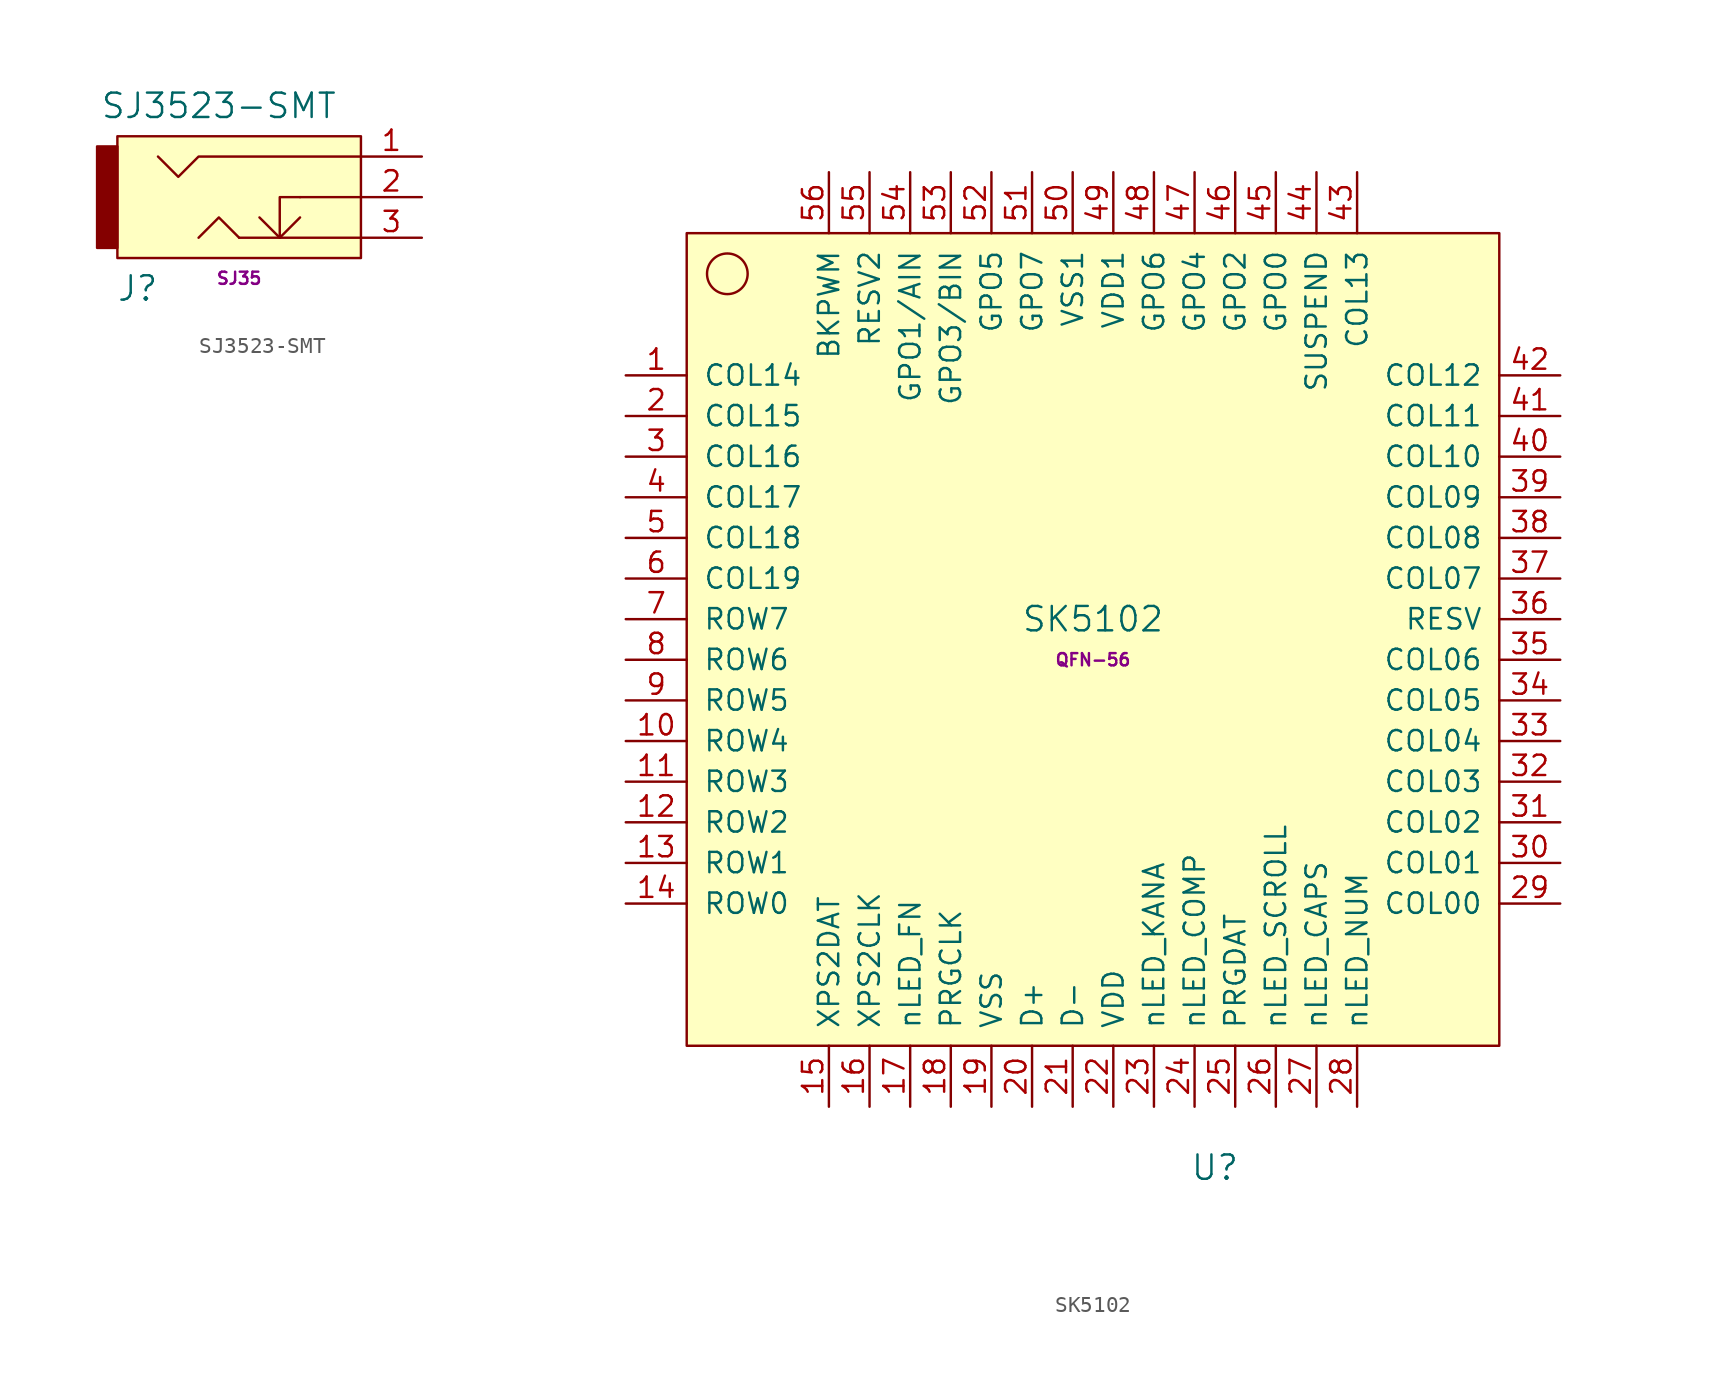
<source format=kicad_sym>
(kicad_symbol_lib
  (version 20220914)
  (generator kicad_symbol_editor)
  (symbol "SJ3523-SMT"
    (pin_names
      (offset 1.016))
    (property "Reference" "J"
      (at -6.35 -5.715 0)
      (effects (font (size 1.524 1.524))))
    (property "Value" "SJ3523-SMT"
      (at -1.27 5.715 0)
      (effects (font (size 1.524 1.524))))
    (property "Footprint" "SJ35"
      (at 0 -5.08 0)
      (effects (font (size 0.762 0.762))))
    (property "Datasheet" ""
      (at 0 0 0)
      (effects (font (size 1.524 1.524))))
    (symbol "SJ3523-SMT_0_1"
      (rectangle (start -8.89 3.175) (end -7.62 -3.175) (stroke (width 0) (type default)) (fill (type outline)))
      (polyline (pts (xy 3.81 0) (xy 7.62 0) (xy 7.62 0)) (stroke (width 0) (type default)) (fill (type none)))
      (polyline (pts (xy 0 -2.54) (xy -1.27 -1.27) (xy -2.54 -2.54) (xy -2.54 -2.54)) (stroke (width 0) (type default)) (fill (type none)))
      (polyline (pts (xy 0 -2.54) (xy 7.62 -2.54) (xy 7.62 -2.54) (xy 7.62 -2.54)) (stroke (width 0) (type default)) (fill (type none)))
      (polyline (pts (xy 1.27 -1.27) (xy 2.54 -2.54) (xy 3.81 -1.27) (xy 3.81 -1.27)) (stroke (width 0) (type default)) (fill (type none)))
      (polyline (pts (xy 3.81 0) (xy 2.54 0) (xy 2.54 -2.54) (xy 2.54 -2.54)) (stroke (width 0) (type default)) (fill (type none)))
      (polyline (pts (xy 7.62 2.54) (xy -2.54 2.54) (xy -3.81 1.27) (xy -5.08 2.54)) (stroke (width 0) (type default)) (fill (type none)))
      (rectangle (start 7.62 3.81) (end -7.62 -3.81) (stroke (width 0) (type default)) (fill (type background))))
    (symbol "SJ3523-SMT_1_1"
      (pin passive line (at 11.43 2.54 180) (length 3.81) (name "~" (effects (font (size 1.27 1.27)))) (number "1" (effects (font (size 1.27 1.27)))))
      (pin passive line (at 11.43 0 180) (length 3.81) (name "~" (effects (font (size 1.27 1.27)))) (number "2" (effects (font (size 1.27 1.27)))))
      (pin passive line (at 11.43 -2.54 180) (length 3.81) (name "~" (effects (font (size 1.27 1.27)))) (number "3" (effects (font (size 1.27 1.27)))))))
  (symbol "SK5102"
    (pin_names
      (offset 1.016))
    (property "Reference" "U"
      (at 7.62 -33.02 0)
      (effects (font (size 1.524 1.524))))
    (property "Value" "SK5102"
      (at 0 1.27 0)
      (effects (font (size 1.524 1.524))))
    (property "Footprint" "QFN-56"
      (at 0 -1.27 0)
      (effects (font (size 0.762 0.762))))
    (property "Datasheet" ""
      (at 0 0 0)
      (effects (font (size 1.524 1.524))))
    (symbol "SK5102_0_1"
      (rectangle (start -25.4 25.4) (end 25.4 -25.4) (stroke (width 0) (type default)) (fill (type background)))
      (circle (center -22.86 22.86) (radius 1.27) (stroke (width 0) (type default)) (fill (type none))))
    (symbol "SK5102_1_1"
      (pin input line (at -29.21 16.51 0) (length 3.81) (name "COL14" (effects (font (size 1.27 1.27)))) (number "1" (effects (font (size 1.27 1.27)))))
      (pin input line (at -29.21 -6.35 0) (length 3.81) (name "ROW4" (effects (font (size 1.27 1.27)))) (number "10" (effects (font (size 1.27 1.27)))))
      (pin input line (at -29.21 -8.89 0) (length 3.81) (name "ROW3" (effects (font (size 1.27 1.27)))) (number "11" (effects (font (size 1.27 1.27)))))
      (pin input line (at -29.21 -11.43 0) (length 3.81) (name "ROW2" (effects (font (size 1.27 1.27)))) (number "12" (effects (font (size 1.27 1.27)))))
      (pin input line (at -29.21 -13.97 0) (length 3.81) (name "ROW1" (effects (font (size 1.27 1.27)))) (number "13" (effects (font (size 1.27 1.27)))))
      (pin input line (at -29.21 -16.51 0) (length 3.81) (name "ROW0" (effects (font (size 1.27 1.27)))) (number "14" (effects (font (size 1.27 1.27)))))
      (pin input line (at -16.51 -29.21 90) (length 3.81) (name "XPS2DAT" (effects (font (size 1.27 1.27)))) (number "15" (effects (font (size 1.27 1.27)))))
      (pin input line (at -13.97 -29.21 90) (length 3.81) (name "XPS2CLK" (effects (font (size 1.27 1.27)))) (number "16" (effects (font (size 1.27 1.27)))))
      (pin input line (at -11.43 -29.21 90) (length 3.81) (name "nLED_FN" (effects (font (size 1.27 1.27)))) (number "17" (effects (font (size 1.27 1.27)))))
      (pin input line (at -8.89 -29.21 90) (length 3.81) (name "PRGCLK" (effects (font (size 1.27 1.27)))) (number "18" (effects (font (size 1.27 1.27)))))
      (pin input line (at -6.35 -29.21 90) (length 3.81) (name "VSS" (effects (font (size 1.27 1.27)))) (number "19" (effects (font (size 1.27 1.27)))))
      (pin input line (at -29.21 13.97 0) (length 3.81) (name "COL15" (effects (font (size 1.27 1.27)))) (number "2" (effects (font (size 1.27 1.27)))))
      (pin input line (at -3.81 -29.21 90) (length 3.81) (name "D+" (effects (font (size 1.27 1.27)))) (number "20" (effects (font (size 1.27 1.27)))))
      (pin input line (at -1.27 -29.21 90) (length 3.81) (name "D-" (effects (font (size 1.27 1.27)))) (number "21" (effects (font (size 1.27 1.27)))))
      (pin input line (at 1.27 -29.21 90) (length 3.81) (name "VDD" (effects (font (size 1.27 1.27)))) (number "22" (effects (font (size 1.27 1.27)))))
      (pin input line (at 3.81 -29.21 90) (length 3.81) (name "nLED_KANA" (effects (font (size 1.27 1.27)))) (number "23" (effects (font (size 1.27 1.27)))))
      (pin input line (at 6.35 -29.21 90) (length 3.81) (name "nLED_COMP" (effects (font (size 1.27 1.27)))) (number "24" (effects (font (size 1.27 1.27)))))
      (pin input line (at 8.89 -29.21 90) (length 3.81) (name "PRGDAT" (effects (font (size 1.27 1.27)))) (number "25" (effects (font (size 1.27 1.27)))))
      (pin input line (at 11.43 -29.21 90) (length 3.81) (name "nLED_SCROLL" (effects (font (size 1.27 1.27)))) (number "26" (effects (font (size 1.27 1.27)))))
      (pin input line (at 13.97 -29.21 90) (length 3.81) (name "nLED_CAPS" (effects (font (size 1.27 1.27)))) (number "27" (effects (font (size 1.27 1.27)))))
      (pin input line (at 16.51 -29.21 90) (length 3.81) (name "nLED_NUM" (effects (font (size 1.27 1.27)))) (number "28" (effects (font (size 1.27 1.27)))))
      (pin input line (at 29.21 -16.51 180) (length 3.81) (name "COL00" (effects (font (size 1.27 1.27)))) (number "29" (effects (font (size 1.27 1.27)))))
      (pin input line (at -29.21 11.43 0) (length 3.81) (name "COL16" (effects (font (size 1.27 1.27)))) (number "3" (effects (font (size 1.27 1.27)))))
      (pin input line (at 29.21 -13.97 180) (length 3.81) (name "COL01" (effects (font (size 1.27 1.27)))) (number "30" (effects (font (size 1.27 1.27)))))
      (pin input line (at 29.21 -11.43 180) (length 3.81) (name "COL02" (effects (font (size 1.27 1.27)))) (number "31" (effects (font (size 1.27 1.27)))))
      (pin input line (at 29.21 -8.89 180) (length 3.81) (name "COL03" (effects (font (size 1.27 1.27)))) (number "32" (effects (font (size 1.27 1.27)))))
      (pin input line (at 29.21 -6.35 180) (length 3.81) (name "COL04" (effects (font (size 1.27 1.27)))) (number "33" (effects (font (size 1.27 1.27)))))
      (pin input line (at 29.21 -3.81 180) (length 3.81) (name "COL05" (effects (font (size 1.27 1.27)))) (number "34" (effects (font (size 1.27 1.27)))))
      (pin input line (at 29.21 -1.27 180) (length 3.81) (name "COL06" (effects (font (size 1.27 1.27)))) (number "35" (effects (font (size 1.27 1.27)))))
      (pin input line (at 29.21 1.27 180) (length 3.81) (name "RESV" (effects (font (size 1.27 1.27)))) (number "36" (effects (font (size 1.27 1.27)))))
      (pin input line (at 29.21 3.81 180) (length 3.81) (name "COL07" (effects (font (size 1.27 1.27)))) (number "37" (effects (font (size 1.27 1.27)))))
      (pin input line (at 29.21 6.35 180) (length 3.81) (name "COL08" (effects (font (size 1.27 1.27)))) (number "38" (effects (font (size 1.27 1.27)))))
      (pin input line (at 29.21 8.89 180) (length 3.81) (name "COL09" (effects (font (size 1.27 1.27)))) (number "39" (effects (font (size 1.27 1.27)))))
      (pin input line (at -29.21 8.89 0) (length 3.81) (name "COL17" (effects (font (size 1.27 1.27)))) (number "4" (effects (font (size 1.27 1.27)))))
      (pin input line (at 29.21 11.43 180) (length 3.81) (name "COL10" (effects (font (size 1.27 1.27)))) (number "40" (effects (font (size 1.27 1.27)))))
      (pin input line (at 29.21 13.97 180) (length 3.81) (name "COL11" (effects (font (size 1.27 1.27)))) (number "41" (effects (font (size 1.27 1.27)))))
      (pin input line (at 29.21 16.51 180) (length 3.81) (name "COL12" (effects (font (size 1.27 1.27)))) (number "42" (effects (font (size 1.27 1.27)))))
      (pin input line (at 16.51 29.21 270) (length 3.81) (name "COL13" (effects (font (size 1.27 1.27)))) (number "43" (effects (font (size 1.27 1.27)))))
      (pin input line (at 13.97 29.21 270) (length 3.81) (name "SUSPEND" (effects (font (size 1.27 1.27)))) (number "44" (effects (font (size 1.27 1.27)))))
      (pin input line (at 11.43 29.21 270) (length 3.81) (name "GPO0" (effects (font (size 1.27 1.27)))) (number "45" (effects (font (size 1.27 1.27)))))
      (pin input line (at 8.89 29.21 270) (length 3.81) (name "GPO2" (effects (font (size 1.27 1.27)))) (number "46" (effects (font (size 1.27 1.27)))))
      (pin input line (at 6.35 29.21 270) (length 3.81) (name "GPO4" (effects (font (size 1.27 1.27)))) (number "47" (effects (font (size 1.27 1.27)))))
      (pin input line (at 3.81 29.21 270) (length 3.81) (name "GPO6" (effects (font (size 1.27 1.27)))) (number "48" (effects (font (size 1.27 1.27)))))
      (pin input line (at 1.27 29.21 270) (length 3.81) (name "VDD1" (effects (font (size 1.27 1.27)))) (number "49" (effects (font (size 1.27 1.27)))))
      (pin input line (at -29.21 6.35 0) (length 3.81) (name "COL18" (effects (font (size 1.27 1.27)))) (number "5" (effects (font (size 1.27 1.27)))))
      (pin input line (at -1.27 29.21 270) (length 3.81) (name "VSS1" (effects (font (size 1.27 1.27)))) (number "50" (effects (font (size 1.27 1.27)))))
      (pin input line (at -3.81 29.21 270) (length 3.81) (name "GPO7" (effects (font (size 1.27 1.27)))) (number "51" (effects (font (size 1.27 1.27)))))
      (pin input line (at -6.35 29.21 270) (length 3.81) (name "GPO5" (effects (font (size 1.27 1.27)))) (number "52" (effects (font (size 1.27 1.27)))))
      (pin input line (at -8.89 29.21 270) (length 3.81) (name "GPO3/BIN" (effects (font (size 1.27 1.27)))) (number "53" (effects (font (size 1.27 1.27)))))
      (pin input line (at -11.43 29.21 270) (length 3.81) (name "GPO1/AIN" (effects (font (size 1.27 1.27)))) (number "54" (effects (font (size 1.27 1.27)))))
      (pin input line (at -13.97 29.21 270) (length 3.81) (name "RESV2" (effects (font (size 1.27 1.27)))) (number "55" (effects (font (size 1.27 1.27)))))
      (pin input line (at -16.51 29.21 270) (length 3.81) (name "BKPWM" (effects (font (size 1.27 1.27)))) (number "56" (effects (font (size 1.27 1.27)))))
      (pin input line (at -29.21 3.81 0) (length 3.81) (name "COL19" (effects (font (size 1.27 1.27)))) (number "6" (effects (font (size 1.27 1.27)))))
      (pin input line (at -29.21 1.27 0) (length 3.81) (name "ROW7" (effects (font (size 1.27 1.27)))) (number "7" (effects (font (size 1.27 1.27)))))
      (pin input line (at -29.21 -1.27 0) (length 3.81) (name "ROW6" (effects (font (size 1.27 1.27)))) (number "8" (effects (font (size 1.27 1.27)))))
      (pin input line (at -29.21 -3.81 0) (length 3.81) (name "ROW5" (effects (font (size 1.27 1.27)))) (number "9" (effects (font (size 1.27 1.27))))))))
</source>
